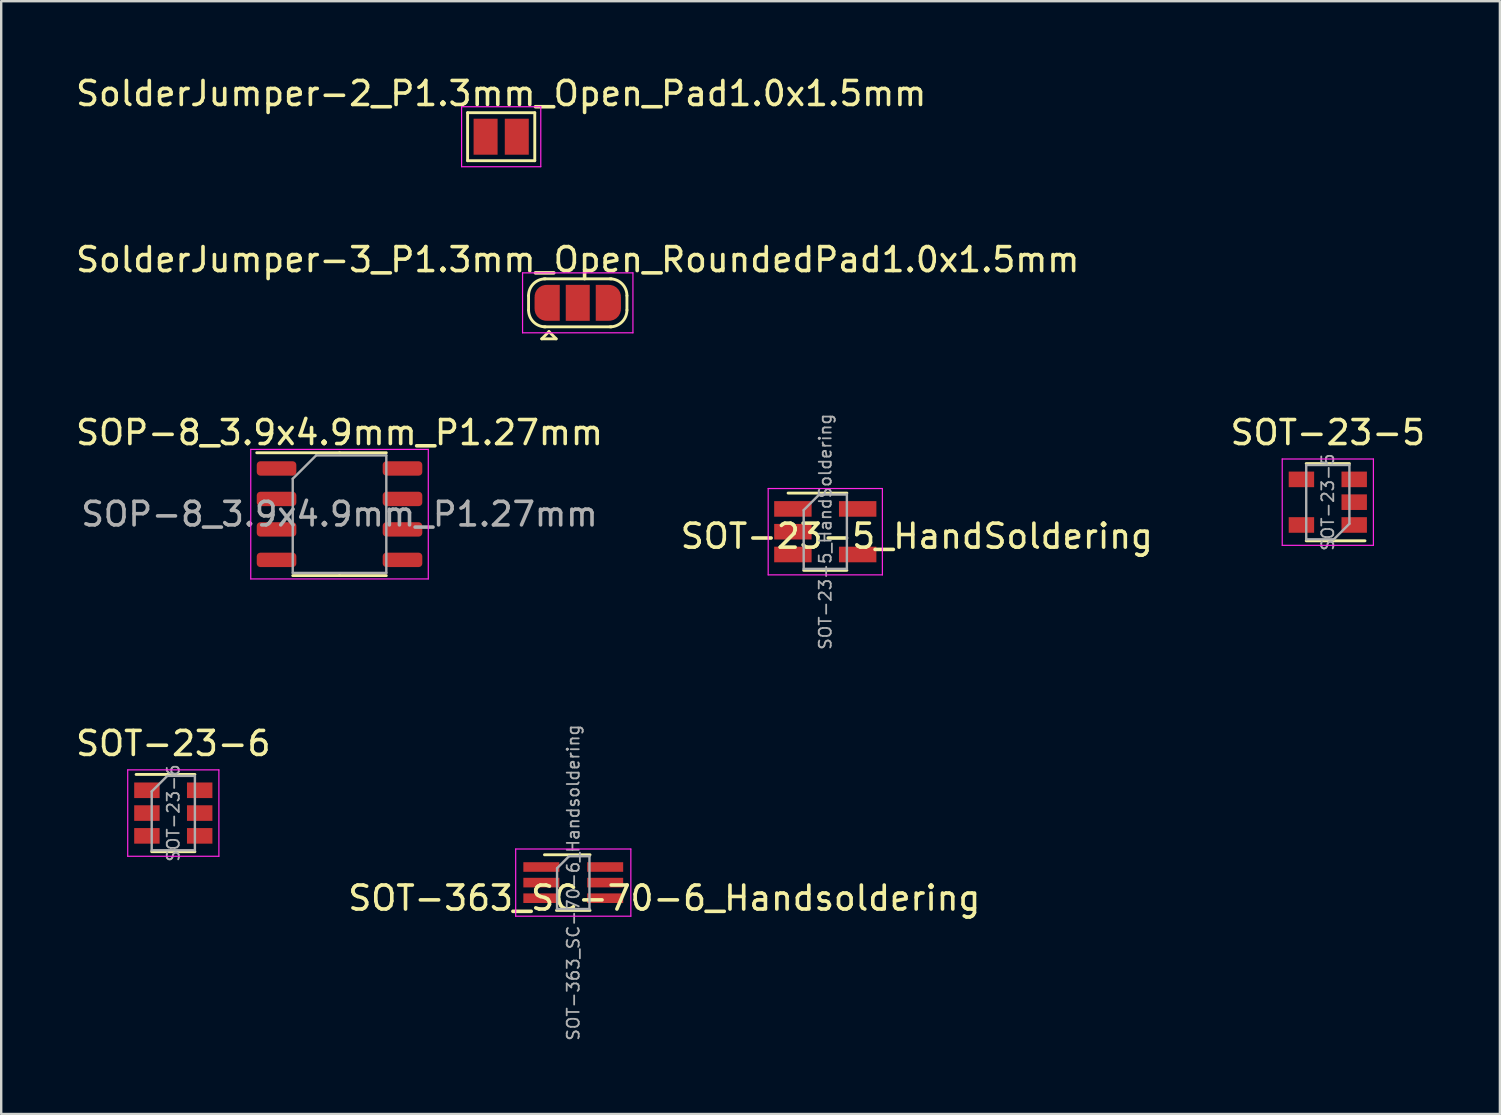
<source format=kicad_pcb>
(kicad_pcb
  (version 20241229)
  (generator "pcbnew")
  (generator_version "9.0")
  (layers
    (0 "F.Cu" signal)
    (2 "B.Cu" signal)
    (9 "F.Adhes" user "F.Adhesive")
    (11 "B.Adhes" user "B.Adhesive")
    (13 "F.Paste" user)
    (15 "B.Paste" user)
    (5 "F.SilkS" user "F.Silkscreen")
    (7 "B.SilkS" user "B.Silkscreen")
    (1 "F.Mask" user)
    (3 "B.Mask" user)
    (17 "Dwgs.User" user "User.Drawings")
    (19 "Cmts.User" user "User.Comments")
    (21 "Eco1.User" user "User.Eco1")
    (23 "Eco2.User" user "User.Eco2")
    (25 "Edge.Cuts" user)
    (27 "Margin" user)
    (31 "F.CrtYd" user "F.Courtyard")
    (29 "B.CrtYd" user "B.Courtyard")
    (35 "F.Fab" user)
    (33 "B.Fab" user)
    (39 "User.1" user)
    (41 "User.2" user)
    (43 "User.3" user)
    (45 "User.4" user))
  (footprint "SOT-363_SC-70-6_Handsoldering"
    (layer "F.Cu")
    (at 20.843 33.736)
    (property "Reference" "SOT-363_SC-70-6_Handsoldering" (at 3.794 0.646 0) (layer "F.SilkS") (effects (font (size 1 1) (thickness 0.15))))
    (attr smd)
    (fp_line (start -0.7 1.16) (end 0.7 1.16) (stroke (width 0.12) (type solid)) (layer "F.SilkS"))
    (fp_line (start 0.7 -1.16) (end -1.2 -1.16) (stroke (width 0.12) (type solid)) (layer "F.SilkS"))
    (fp_line (start -2.4 -1.4) (end -2.4 1.4) (stroke (width 0.05) (type solid)) (layer "F.CrtYd"))
    (fp_line (start -2.4 -1.4) (end 2.4 -1.4) (stroke (width 0.05) (type solid)) (layer "F.CrtYd"))
    (fp_line (start -2.4 1.4) (end 2.4 1.4) (stroke (width 0.05) (type solid)) (layer "F.CrtYd"))
    (fp_line (start 2.4 1.4) (end 2.4 -1.4) (stroke (width 0.05) (type solid)) (layer "F.CrtYd"))
    (fp_line (start -0.675 -0.6) (end -0.675 1.1) (stroke (width 0.1) (type solid)) (layer "F.Fab"))
    (fp_line (start -0.175 -1.1) (end -0.675 -0.6) (stroke (width 0.1) (type solid)) (layer "F.Fab"))
    (fp_line (start 0.675 -1.1) (end -0.175 -1.1) (stroke (width 0.1) (type solid)) (layer "F.Fab"))
    (fp_line (start 0.675 -1.1) (end 0.675 1.1) (stroke (width 0.1) (type solid)) (layer "F.Fab"))
    (fp_line (start 0.675 1.1) (end -0.675 1.1) (stroke (width 0.1) (type solid)) (layer "F.Fab"))
    (fp_text user "${REFERENCE}" (at 0 0 90) (layer "F.Fab") (effects (font (size 0.5 0.5) (thickness 0.075))))
    (pad "1" smd rect (at -1.33 -0.65) (size 1.5 0.4) (layers "F.Cu" "F.Mask" "F.Paste"))
    (pad "2" smd rect (at -1.33 0) (size 1.5 0.4) (layers "F.Cu" "F.Mask" "F.Paste"))
    (pad "3" smd rect (at -1.33 0.65) (size 1.5 0.4) (layers "F.Cu" "F.Mask" "F.Paste"))
    (pad "4" smd rect (at 1.33 0.65) (size 1.5 0.4) (layers "F.Cu" "F.Mask" "F.Paste"))
    (pad "5" smd rect (at 1.33 0) (size 1.5 0.4) (layers "F.Cu" "F.Mask" "F.Paste"))
    (pad "6" smd rect (at 1.33 -0.65) (size 1.5 0.4) (layers "F.Cu" "F.Mask" "F.Paste")))
  (footprint "SOT-23-5_HandSoldering"
    (layer "F.Cu")
    (at 31.347 19.111)
    (property "Reference" "SOT-23-5_HandSoldering" (at 3.814 0.188 0) (layer "F.SilkS") (effects (font (size 1 1) (thickness 0.15))))
    (attr smd)
    (fp_line (start -0.9 1.61) (end 0.9 1.61) (stroke (width 0.12) (type solid)) (layer "F.SilkS"))
    (fp_line (start 0.9 -1.61) (end -1.55 -1.61) (stroke (width 0.12) (type solid)) (layer "F.SilkS"))
    (fp_line (start -2.38 -1.8) (end -2.38 1.8) (stroke (width 0.05) (type solid)) (layer "F.CrtYd"))
    (fp_line (start -2.38 -1.8) (end 2.38 -1.8) (stroke (width 0.05) (type solid)) (layer "F.CrtYd"))
    (fp_line (start 2.38 1.8) (end -2.38 1.8) (stroke (width 0.05) (type solid)) (layer "F.CrtYd"))
    (fp_line (start 2.38 1.8) (end 2.38 -1.8) (stroke (width 0.05) (type solid)) (layer "F.CrtYd"))
    (fp_line (start -0.9 -0.9) (end -0.9 1.55) (stroke (width 0.1) (type solid)) (layer "F.Fab"))
    (fp_line (start -0.9 -0.9) (end -0.25 -1.55) (stroke (width 0.1) (type solid)) (layer "F.Fab"))
    (fp_line (start 0.9 -1.55) (end -0.25 -1.55) (stroke (width 0.1) (type solid)) (layer "F.Fab"))
    (fp_line (start 0.9 -1.55) (end 0.9 1.55) (stroke (width 0.1) (type solid)) (layer "F.Fab"))
    (fp_line (start 0.9 1.55) (end -0.9 1.55) (stroke (width 0.1) (type solid)) (layer "F.Fab"))
    (fp_text user "${REFERENCE}" (at 0 0 90) (layer "F.Fab") (effects (font (size 0.5 0.5) (thickness 0.075))))
    (pad "1" smd rect (at -1.35 -0.95) (size 1.56 0.65) (layers "F.Cu" "F.Mask" "F.Paste"))
    (pad "2" smd rect (at -1.35 0) (size 1.56 0.65) (layers "F.Cu" "F.Mask" "F.Paste"))
    (pad "3" smd rect (at -1.35 0.95) (size 1.56 0.65) (layers "F.Cu" "F.Mask" "F.Paste"))
    (pad "4" smd rect (at 1.35 0.95) (size 1.56 0.65) (layers "F.Cu" "F.Mask" "F.Paste"))
    (pad "5" smd rect (at 1.35 -0.95) (size 1.56 0.65) (layers "F.Cu" "F.Mask" "F.Paste")))
  (footprint "SolderJumper-2_P1.3mm_Open_Pad1.0x1.5mm"
    (layer "F.Cu")
    (at 17.839 2.648)
    (property "Reference" "SolderJumper-2_P1.3mm_Open_Pad1.0x1.5mm" (at 0 -1.8 0) (layer "F.SilkS") (effects (font (size 1 1) (thickness 0.15))))
    (attr exclude_from_pos_files)
    (fp_line (start -1.4 -1) (end 1.4 -1) (stroke (width 0.12) (type solid)) (layer "F.SilkS"))
    (fp_line (start -1.4 1) (end -1.4 -1) (stroke (width 0.12) (type solid)) (layer "F.SilkS"))
    (fp_line (start 1.4 -1) (end 1.4 1) (stroke (width 0.12) (type solid)) (layer "F.SilkS"))
    (fp_line (start 1.4 1) (end -1.4 1) (stroke (width 0.12) (type solid)) (layer "F.SilkS"))
    (fp_line (start -1.65 -1.25) (end -1.65 1.25) (stroke (width 0.05) (type solid)) (layer "F.CrtYd"))
    (fp_line (start -1.65 -1.25) (end 1.65 -1.25) (stroke (width 0.05) (type solid)) (layer "F.CrtYd"))
    (fp_line (start 1.65 1.25) (end -1.65 1.25) (stroke (width 0.05) (type solid)) (layer "F.CrtYd"))
    (fp_line (start 1.65 1.25) (end 1.65 -1.25) (stroke (width 0.05) (type solid)) (layer "F.CrtYd"))
    (pad "1" smd rect (at -0.65 0 180) (size 1 1.5) (layers "F.Cu" "F.Mask"))
    (pad "2" smd rect (at 0.65 0 180) (size 1 1.5) (layers "F.Cu" "F.Mask")))
  (footprint "SOP-8_3.9x4.9mm_P1.27mm"
    (layer "F.Cu")
    (at 11.101 18.38)
    (property "Reference" "SOP-8_3.9x4.9mm_P1.27mm" (at 0 -3.4 0) (layer "F.SilkS") (effects (font (size 1 1) (thickness 0.15))))
    (attr smd)
    (fp_line (start 0 -2.56) (end -3.45 -2.56) (stroke (width 0.12) (type solid)) (layer "F.SilkS"))
    (fp_line (start 0 -2.56) (end 1.95 -2.56) (stroke (width 0.12) (type solid)) (layer "F.SilkS"))
    (fp_line (start 0 2.56) (end -1.95 2.56) (stroke (width 0.12) (type solid)) (layer "F.SilkS"))
    (fp_line (start 0 2.56) (end 1.95 2.56) (stroke (width 0.12) (type solid)) (layer "F.SilkS"))
    (fp_line (start -3.7 -2.7) (end -3.7 2.7) (stroke (width 0.05) (type solid)) (layer "F.CrtYd"))
    (fp_line (start -3.7 2.7) (end 3.7 2.7) (stroke (width 0.05) (type solid)) (layer "F.CrtYd"))
    (fp_line (start 3.7 -2.7) (end -3.7 -2.7) (stroke (width 0.05) (type solid)) (layer "F.CrtYd"))
    (fp_line (start 3.7 2.7) (end 3.7 -2.7) (stroke (width 0.05) (type solid)) (layer "F.CrtYd"))
    (fp_line (start -1.95 -1.475) (end -0.975 -2.45) (stroke (width 0.1) (type solid)) (layer "F.Fab"))
    (fp_line (start -1.95 2.45) (end -1.95 -1.475) (stroke (width 0.1) (type solid)) (layer "F.Fab"))
    (fp_line (start -0.975 -2.45) (end 1.95 -2.45) (stroke (width 0.1) (type solid)) (layer "F.Fab"))
    (fp_line (start 1.95 -2.45) (end 1.95 2.45) (stroke (width 0.1) (type solid)) (layer "F.Fab"))
    (fp_line (start 1.95 2.45) (end -1.95 2.45) (stroke (width 0.1) (type solid)) (layer "F.Fab"))
    (fp_text user "${REFERENCE}" (at 0 0 0) (layer "F.Fab") (effects (font (size 0.98 0.98) (thickness 0.15))))
    (pad "1" smd roundrect (at -2.625 -1.905) (size 1.65 0.6) (layers "F.Cu" "F.Mask" "F.Paste") (roundrect_rratio 0.25))
    (pad "2" smd roundrect (at -2.625 -0.635) (size 1.65 0.6) (layers "F.Cu" "F.Mask" "F.Paste") (roundrect_rratio 0.25))
    (pad "3" smd roundrect (at -2.625 0.635) (size 1.65 0.6) (layers "F.Cu" "F.Mask" "F.Paste") (roundrect_rratio 0.25))
    (pad "4" smd roundrect (at -2.625 1.905) (size 1.65 0.6) (layers "F.Cu" "F.Mask" "F.Paste") (roundrect_rratio 0.25))
    (pad "5" smd roundrect (at 2.625 1.905) (size 1.65 0.6) (layers "F.Cu" "F.Mask" "F.Paste") (roundrect_rratio 0.25))
    (pad "6" smd roundrect (at 2.625 0.635) (size 1.65 0.6) (layers "F.Cu" "F.Mask" "F.Paste") (roundrect_rratio 0.25))
    (pad "7" smd roundrect (at 2.625 -0.635) (size 1.65 0.6) (layers "F.Cu" "F.Mask" "F.Paste") (roundrect_rratio 0.25))
    (pad "8" smd roundrect (at 2.625 -1.905) (size 1.65 0.6) (layers "F.Cu" "F.Mask" "F.Paste") (roundrect_rratio 0.25)))
  (footprint "SolderJumper-3_P1.3mm_Open_RoundedPad1.0x1.5mm"
    (layer "F.Cu")
    (at 21.03 9.572)
    (property "Reference" "SolderJumper-3_P1.3mm_Open_RoundedPad1.0x1.5mm" (at 0 -1.8 180) (layer "F.SilkS") (effects (font (size 1 1) (thickness 0.15))))
    (attr exclude_from_pos_files)
    (fp_line (start -2.05 0.3) (end -2.05 -0.3) (stroke (width 0.12) (type solid)) (layer "F.SilkS"))
    (fp_line (start -1.5 1.5) (end -0.9 1.5) (stroke (width 0.12) (type solid)) (layer "F.SilkS"))
    (fp_line (start -1.4 -1) (end 1.4 -1) (stroke (width 0.12) (type solid)) (layer "F.SilkS"))
    (fp_line (start -1.2 1.2) (end -1.5 1.5) (stroke (width 0.12) (type solid)) (layer "F.SilkS"))
    (fp_line (start -1.2 1.2) (end -0.9 1.5) (stroke (width 0.12) (type solid)) (layer "F.SilkS"))
    (fp_line (start 1.4 1) (end -1.4 1) (stroke (width 0.12) (type solid)) (layer "F.SilkS"))
    (fp_line (start 2.05 -0.3) (end 2.05 0.3) (stroke (width 0.12) (type solid)) (layer "F.SilkS"))
    (fp_arc (start -2.05 -0.3) (mid -1.844975 -0.794975) (end -1.35 -1) (stroke (width 0.12) (type solid)) (layer "F.SilkS"))
    (fp_arc (start -1.35 1) (mid -1.844975 0.794975) (end -2.05 0.3) (stroke (width 0.12) (type solid)) (layer "F.SilkS"))
    (fp_arc (start 1.35 -1) (mid 1.844975 -0.794975) (end 2.05 -0.3) (stroke (width 0.12) (type solid)) (layer "F.SilkS"))
    (fp_arc (start 2.05 0.3) (mid 1.844975 0.794975) (end 1.35 1) (stroke (width 0.12) (type solid)) (layer "F.SilkS"))
    (fp_line (start -2.3 -1.25) (end -2.3 1.25) (stroke (width 0.05) (type solid)) (layer "F.CrtYd"))
    (fp_line (start -2.3 -1.25) (end 2.3 -1.25) (stroke (width 0.05) (type solid)) (layer "F.CrtYd"))
    (fp_line (start 2.3 1.25) (end -2.3 1.25) (stroke (width 0.05) (type solid)) (layer "F.CrtYd"))
    (fp_line (start 2.3 1.25) (end 2.3 -1.25) (stroke (width 0.05) (type solid)) (layer "F.CrtYd"))
    (pad "1" smd custom (at -1.3 0) (size 1 0.5) (layers "F.Cu" "F.Mask") (options (anchor rect)) (primitives (gr_circle (center 0 0.25) (end 0.5 0.25) (width 0) (fill yes)) (gr_circle (center 0 -0.25) (end 0.5 -0.25) (width 0) (fill yes)) (gr_poly (pts (xy 0.55 0.75) (xy 0 0.75) (xy 0 -0.75) (xy 0.55 -0.75)) (width 0) (fill yes))))
    (pad "2" smd rect (at 0 0) (size 1 1.5) (layers "F.Cu" "F.Mask"))
    (pad "3" smd custom (at 1.3 0) (size 1 0.5) (layers "F.Cu" "F.Mask") (options (anchor rect)) (primitives (gr_circle (center 0 0.25) (end 0.5 0.25) (width 0) (fill yes)) (gr_circle (center 0 -0.25) (end 0.5 -0.25) (width 0) (fill yes)) (gr_poly (pts (xy 0 0.75) (xy -0.55 0.75) (xy -0.55 -0.75) (xy 0 -0.75)) (width 0) (fill yes)))))
  (footprint "SOT-23-6"
    (layer "F.Cu")
    (at 4.173 30.838)
    (property "Reference" "SOT-23-6" (at 0 -2.9 180) (layer "F.SilkS") (effects (font (size 1 1) (thickness 0.15))))
    (attr smd)
    (fp_line (start -0.9 1.61) (end 0.9 1.61) (stroke (width 0.12) (type solid)) (layer "F.SilkS"))
    (fp_line (start 0.9 -1.61) (end -1.55 -1.61) (stroke (width 0.12) (type solid)) (layer "F.SilkS"))
    (fp_line (start -1.9 -1.8) (end -1.9 1.8) (stroke (width 0.05) (type solid)) (layer "F.CrtYd"))
    (fp_line (start -1.9 1.8) (end 1.9 1.8) (stroke (width 0.05) (type solid)) (layer "F.CrtYd"))
    (fp_line (start 1.9 -1.8) (end -1.9 -1.8) (stroke (width 0.05) (type solid)) (layer "F.CrtYd"))
    (fp_line (start 1.9 1.8) (end 1.9 -1.8) (stroke (width 0.05) (type solid)) (layer "F.CrtYd"))
    (fp_line (start -0.9 -0.9) (end -0.9 1.55) (stroke (width 0.1) (type solid)) (layer "F.Fab"))
    (fp_line (start -0.9 -0.9) (end -0.25 -1.55) (stroke (width 0.1) (type solid)) (layer "F.Fab"))
    (fp_line (start 0.9 -1.55) (end -0.25 -1.55) (stroke (width 0.1) (type solid)) (layer "F.Fab"))
    (fp_line (start 0.9 -1.55) (end 0.9 1.55) (stroke (width 0.1) (type solid)) (layer "F.Fab"))
    (fp_line (start 0.9 1.55) (end -0.9 1.55) (stroke (width 0.1) (type solid)) (layer "F.Fab"))
    (fp_text user "${REFERENCE}" (at 0 0 90) (layer "F.Fab") (effects (font (size 0.5 0.5) (thickness 0.075))))
    (pad "1" smd rect (at -1.1 -0.95) (size 1.06 0.65) (layers "F.Cu" "F.Mask" "F.Paste"))
    (pad "2" smd rect (at -1.1 0) (size 1.06 0.65) (layers "F.Cu" "F.Mask" "F.Paste"))
    (pad "3" smd rect (at -1.1 0.95) (size 1.06 0.65) (layers "F.Cu" "F.Mask" "F.Paste"))
    (pad "4" smd rect (at 1.1 0.95) (size 1.06 0.65) (layers "F.Cu" "F.Mask" "F.Paste"))
    (pad "5" smd rect (at 1.1 0) (size 1.06 0.65) (layers "F.Cu" "F.Mask" "F.Paste"))
    (pad "6" smd rect (at 1.1 -0.95) (size 1.06 0.65) (layers "F.Cu" "F.Mask" "F.Paste")))
  (footprint "SOT-23-5"
    (layer "F.Cu")
    (at 52.292 17.88)
    (property "Reference" "SOT-23-5" (at 0 -2.9 180) (layer "F.SilkS") (effects (font (size 1 1) (thickness 0.15))))
    (attr smd)
    (fp_line (start -0.9 1.61) (end 1.55 1.61) (stroke (width 0.12) (type solid)) (layer "F.SilkS"))
    (fp_line (start 0.9 -1.61) (end -0.9 -1.61) (stroke (width 0.12) (type solid)) (layer "F.SilkS"))
    (fp_line (start -1.9 -1.8) (end 1.9 -1.8) (stroke (width 0.05) (type solid)) (layer "F.CrtYd"))
    (fp_line (start -1.9 1.8) (end -1.9 -1.8) (stroke (width 0.05) (type solid)) (layer "F.CrtYd"))
    (fp_line (start 1.9 -1.8) (end 1.9 1.8) (stroke (width 0.05) (type solid)) (layer "F.CrtYd"))
    (fp_line (start 1.9 1.8) (end -1.9 1.8) (stroke (width 0.05) (type solid)) (layer "F.CrtYd"))
    (fp_line (start -0.9 -1.55) (end 0.9 -1.55) (stroke (width 0.1) (type solid)) (layer "F.Fab"))
    (fp_line (start -0.9 1.55) (end -0.9 -1.55) (stroke (width 0.1) (type solid)) (layer "F.Fab"))
    (fp_line (start -0.9 1.55) (end 0.25 1.55) (stroke (width 0.1) (type solid)) (layer "F.Fab"))
    (fp_line (start 0.9 0.9) (end 0.25 1.55) (stroke (width 0.1) (type solid)) (layer "F.Fab"))
    (fp_line (start 0.9 0.9) (end 0.9 -1.55) (stroke (width 0.1) (type solid)) (layer "F.Fab"))
    (fp_text user "${REFERENCE}" (at 0 0 90) (layer "F.Fab") (effects (font (size 0.5 0.5) (thickness 0.075))))
    (pad "1" smd rect (at 1.1 0.95 180) (size 1.06 0.65) (layers "F.Cu" "F.Mask" "F.Paste"))
    (pad "2" smd rect (at 1.1 0 180) (size 1.06 0.65) (layers "F.Cu" "F.Mask" "F.Paste"))
    (pad "3" smd rect (at 1.1 -0.95 180) (size 1.06 0.65) (layers "F.Cu" "F.Mask" "F.Paste"))
    (pad "4" smd rect (at -1.1 -0.95 180) (size 1.06 0.65) (layers "F.Cu" "F.Mask" "F.Paste"))
    (pad "5" smd rect (at -1.1 0.95 180) (size 1.06 0.65) (layers "F.Cu" "F.Mask" "F.Paste")))
  (gr_rect
    (start -3 -3)
    (end 59.464 43.381)
    (stroke (width 0.1) (type default))
    (fill no)
    (layer "Edge.Cuts")))
</source>
